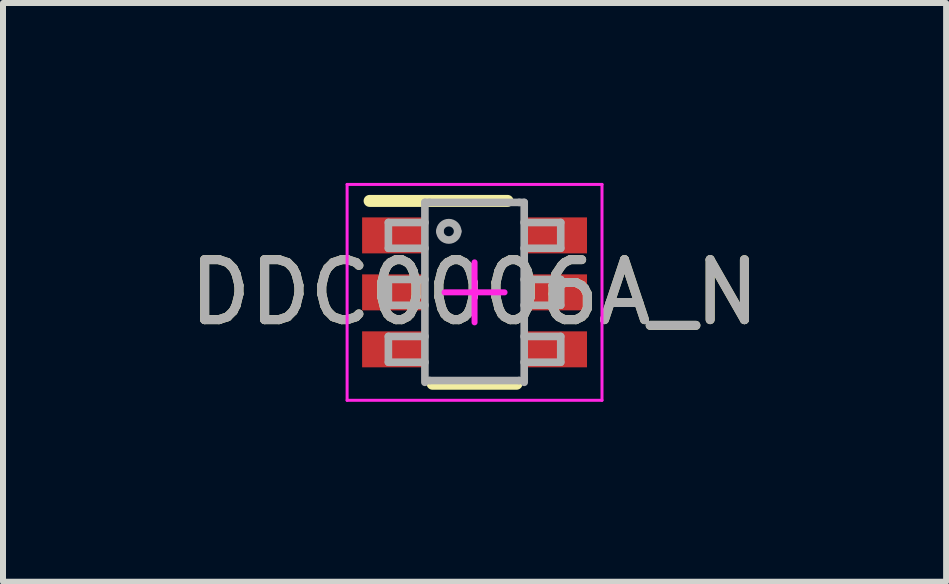
<source format=kicad_pcb>
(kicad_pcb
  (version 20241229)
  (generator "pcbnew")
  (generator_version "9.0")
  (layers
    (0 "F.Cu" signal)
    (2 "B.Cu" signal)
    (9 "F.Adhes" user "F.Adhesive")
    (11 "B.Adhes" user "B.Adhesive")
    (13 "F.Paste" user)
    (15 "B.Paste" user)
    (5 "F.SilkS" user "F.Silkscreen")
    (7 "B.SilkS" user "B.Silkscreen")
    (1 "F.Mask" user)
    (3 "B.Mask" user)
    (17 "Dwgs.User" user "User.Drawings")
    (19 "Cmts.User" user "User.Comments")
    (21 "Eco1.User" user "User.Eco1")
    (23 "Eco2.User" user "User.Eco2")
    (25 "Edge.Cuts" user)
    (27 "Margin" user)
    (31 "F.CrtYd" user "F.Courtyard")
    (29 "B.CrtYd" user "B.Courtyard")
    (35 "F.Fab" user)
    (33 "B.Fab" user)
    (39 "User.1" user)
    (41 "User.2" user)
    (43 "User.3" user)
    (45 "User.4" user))
  (footprint "DDC0006A_N"
    (layer "F.Cu")
    (at 4.863 1.825)
    (property "Reference" "DDC0006A_N" (at 0 0 0) (unlocked yes) (layer "F.SilkS") (effects (font (size 1 1) (thickness 0.15))))
    (attr smd)
    (fp_line (start -1.75 -1.525) (end 0.55 -1.525) (stroke (width 0.2) (type solid)) (layer "F.SilkS"))
    (fp_line (start -0.7 1.524) (end 0.7 1.524) (stroke (width 0.2) (type solid)) (layer "F.SilkS"))
    (fp_line (start -2.125 -1.8) (end 2.125 -1.8) (stroke (width 0.05) (type solid)) (layer "F.CrtYd"))
    (fp_line (start -2.125 1.8) (end -2.125 -1.8) (stroke (width 0.05) (type solid)) (layer "F.CrtYd"))
    (fp_line (start -2.125 1.8) (end 2.125 1.8) (stroke (width 0.05) (type solid)) (layer "F.CrtYd"))
    (fp_line (start -0.5 0) (end 0.5 0) (stroke (width 0.1) (type solid)) (layer "F.CrtYd"))
    (fp_line (start 0 0.5) (end 0 -0.5) (stroke (width 0.1) (type solid)) (layer "F.CrtYd"))
    (fp_line (start 2.125 1.8) (end 2.125 -1.8) (stroke (width 0.05) (type solid)) (layer "F.CrtYd"))
    (fp_line (start -1.437 -1.165) (end -0.825 -1.165) (stroke (width 0.127) (type solid)) (layer "F.Fab"))
    (fp_line (start -1.437 -0.735) (end -1.437 -1.165) (stroke (width 0.127) (type solid)) (layer "F.Fab"))
    (fp_line (start -1.437 -0.735) (end -0.825 -0.735) (stroke (width 0.127) (type solid)) (layer "F.Fab"))
    (fp_line (start -1.437 -0.215) (end -0.825 -0.215) (stroke (width 0.127) (type solid)) (layer "F.Fab"))
    (fp_line (start -1.437 0.215) (end -1.437 -0.215) (stroke (width 0.127) (type solid)) (layer "F.Fab"))
    (fp_line (start -1.437 0.215) (end -0.825 0.215) (stroke (width 0.127) (type solid)) (layer "F.Fab"))
    (fp_line (start -1.437 0.735) (end -0.825 0.735) (stroke (width 0.127) (type solid)) (layer "F.Fab"))
    (fp_line (start -1.437 1.165) (end -1.437 0.735) (stroke (width 0.127) (type solid)) (layer "F.Fab"))
    (fp_line (start -1.437 1.165) (end -0.825 1.165) (stroke (width 0.127) (type solid)) (layer "F.Fab"))
    (fp_line (start -0.828 -1.5) (end 0.828 -1.5) (stroke (width 0.127) (type solid)) (layer "F.Fab"))
    (fp_line (start -0.828 1.5) (end -0.828 -1.5) (stroke (width 0.127) (type solid)) (layer "F.Fab"))
    (fp_line (start -0.754 -1.5) (end -0.75 -1.5) (stroke (width 0.127) (type solid)) (layer "F.Fab"))
    (fp_line (start -0.754 1.47) (end -0.75 1.47) (stroke (width 0.127) (type solid)) (layer "F.Fab"))
    (fp_line (start -0.75 1.47) (end 0.743 1.47) (stroke (width 0.127) (type solid)) (layer "F.Fab"))
    (fp_line (start 0.743 -1.5) (end 0.747 -1.5) (stroke (width 0.127) (type solid)) (layer "F.Fab"))
    (fp_line (start 0.743 1.47) (end 0.747 1.47) (stroke (width 0.127) (type solid)) (layer "F.Fab"))
    (fp_line (start 0.825 -1.165) (end 1.437 -1.165) (stroke (width 0.127) (type solid)) (layer "F.Fab"))
    (fp_line (start 0.825 -0.735) (end 1.437 -0.735) (stroke (width 0.127) (type solid)) (layer "F.Fab"))
    (fp_line (start 0.825 -0.215) (end 1.437 -0.215) (stroke (width 0.127) (type solid)) (layer "F.Fab"))
    (fp_line (start 0.825 0.215) (end 1.437 0.215) (stroke (width 0.127) (type solid)) (layer "F.Fab"))
    (fp_line (start 0.825 0.735) (end 1.437 0.735) (stroke (width 0.127) (type solid)) (layer "F.Fab"))
    (fp_line (start 0.825 1.165) (end 1.437 1.165) (stroke (width 0.127) (type solid)) (layer "F.Fab"))
    (fp_line (start 0.828 1.5) (end 0.828 -1.5) (stroke (width 0.127) (type solid)) (layer "F.Fab"))
    (fp_line (start 1.437 -0.735) (end 1.437 -1.165) (stroke (width 0.127) (type solid)) (layer "F.Fab"))
    (fp_line (start 1.437 0.215) (end 1.437 -0.215) (stroke (width 0.127) (type solid)) (layer "F.Fab"))
    (fp_line (start 1.437 1.165) (end 1.437 0.735) (stroke (width 0.127) (type solid)) (layer "F.Fab"))
    (fp_arc (start -0.578322 -1.017679) (mid -0.429542 -1.166459) (end -0.280761 -1.017679) (stroke (width 0.127) (type solid)) (layer "F.Fab"))
    (fp_arc (start -0.280761 -1.017679) (mid -0.429542 -0.868898) (end -0.578322 -1.017679) (stroke (width 0.127) (type solid)) (layer "F.Fab"))
    (fp_text user "${REFERENCE}" (at 0 0 0) (unlocked yes) (layer "F.Fab") (effects (font (size 1 1) (thickness 0.15))))
    (pad "1" smd rect (at -1.375 -0.95 90) (size 0.6 1) (layers "F.Cu" "F.Mask" "F.Paste"))
    (pad "2" smd rect (at -1.375 0 90) (size 0.6 1) (layers "F.Cu" "F.Mask" "F.Paste"))
    (pad "3" smd rect (at -1.375 0.95 90) (size 0.6 1) (layers "F.Cu" "F.Mask" "F.Paste"))
    (pad "4" smd rect (at 1.375 0.95 90) (size 0.6 1) (layers "F.Cu" "F.Mask" "F.Paste"))
    (pad "5" smd rect (at 1.375 0 90) (size 0.6 1) (layers "F.Cu" "F.Mask" "F.Paste"))
    (pad "6" smd rect (at 1.375 -0.95 90) (size 0.6 1) (layers "F.Cu" "F.Mask" "F.Paste")))
  (gr_rect
    (start -3 -3)
    (end 12.726 6.65)
    (stroke (width 0.1) (type default))
    (fill no)
    (layer "Edge.Cuts")))
</source>
